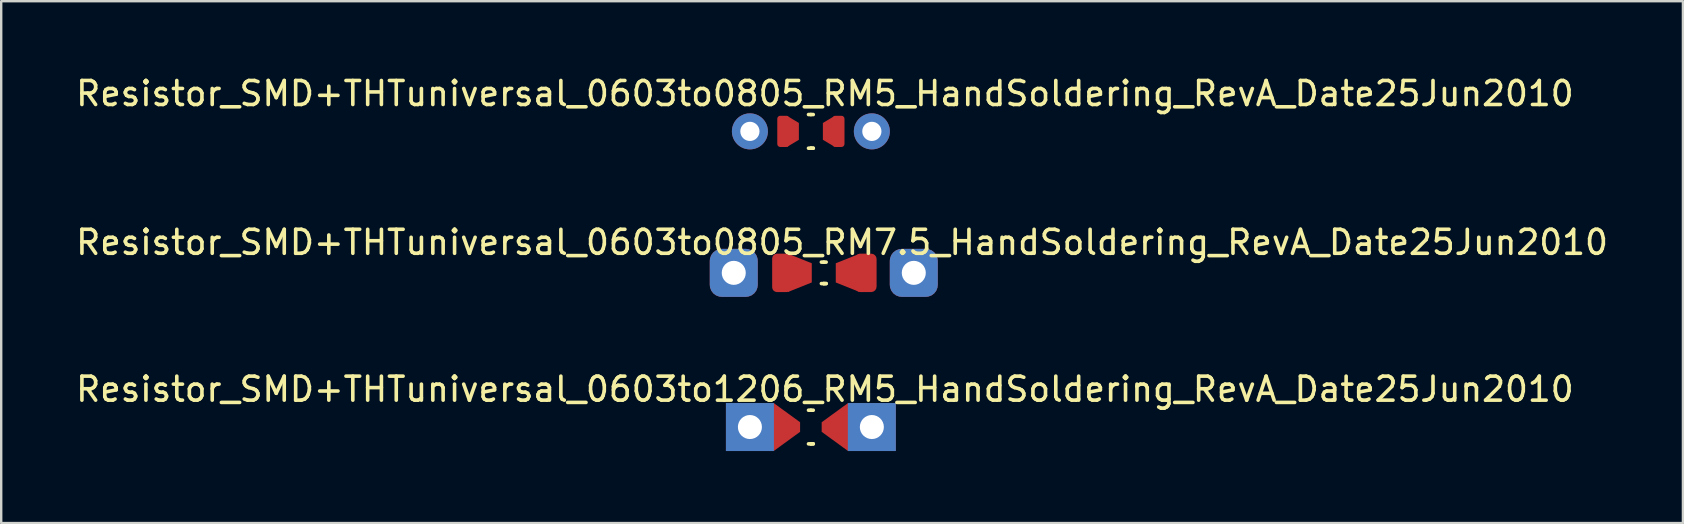
<source format=kicad_pcb>
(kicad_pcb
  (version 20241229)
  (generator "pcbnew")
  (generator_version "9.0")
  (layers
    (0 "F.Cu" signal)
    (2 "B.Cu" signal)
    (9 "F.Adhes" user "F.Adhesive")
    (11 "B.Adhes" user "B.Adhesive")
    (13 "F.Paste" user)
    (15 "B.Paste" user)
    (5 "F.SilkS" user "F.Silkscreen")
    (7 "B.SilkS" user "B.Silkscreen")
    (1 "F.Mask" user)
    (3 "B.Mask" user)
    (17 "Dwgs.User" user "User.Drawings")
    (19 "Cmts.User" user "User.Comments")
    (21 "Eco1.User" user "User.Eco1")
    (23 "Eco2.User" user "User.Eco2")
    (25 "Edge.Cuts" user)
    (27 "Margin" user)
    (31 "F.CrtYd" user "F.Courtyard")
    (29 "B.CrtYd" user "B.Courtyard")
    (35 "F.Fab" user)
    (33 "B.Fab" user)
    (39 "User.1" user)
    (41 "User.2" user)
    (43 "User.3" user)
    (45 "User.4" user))
  (footprint "Resistor_SMD+THTuniversal_0603to1206_RM5_HandSoldering_RevA_Date25Jun2010"
    (layer "F.Cu")
    (at 30.731 14.74)
    (property "Reference" "Resistor_SMD+THTuniversal_0603to1206_RM5_HandSoldering_RevA_Date25Jun2010" (at 0.584 -1.575 0) (layer "F.SilkS") (effects (font (size 1 1) (thickness 0.15))))
    (attr through_hole)
    (fp_line (start 0 -0.701) (end -0.099 -0.701) (stroke (width 0.15) (type solid)) (layer "F.SilkS"))
    (fp_line (start 0 -0.701) (end 0.099 -0.701) (stroke (width 0.15) (type solid)) (layer "F.SilkS"))
    (fp_line (start 0 0.701) (end -0.099 0.701) (stroke (width 0.15) (type solid)) (layer "F.SilkS"))
    (fp_line (start 0 0.701) (end 0.099 0.701) (stroke (width 0.15) (type solid)) (layer "F.SilkS"))
    (fp_line (start 0.099 0.701) (end 0 0.701) (stroke (width 0.15) (type solid)) (layer "F.SilkS"))
    (pad "1" thru_hole rect (at -2.54 0 180) (size 1.999 1.999) (drill 1.001) (layers "*.Cu" "*.Mask"))
    (pad "1" smd trapezoid (at -1 0) (size 1.1 1.2) (rect_delta 0.8 0) (layers "F.Cu" "F.Mask" "F.Paste"))
    (pad "2" smd trapezoid (at 1 0 180) (size 1.1 1.2) (rect_delta 0.8 0) (layers "F.Cu" "F.Mask" "F.Paste"))
    (pad "2" thru_hole rect (at 2.54 0 180) (size 1.999 1.999) (drill 1.001) (layers "*.Cu" "*.Mask")))
  (footprint "Resistor_SMD+THTuniversal_0603to0805_RM7.5_HandSoldering_RevA_Date25Jun2010"
    (layer "F.Cu")
    (at 31.268 8.317)
    (property "Reference" "Resistor_SMD+THTuniversal_0603to0805_RM7.5_HandSoldering_RevA_Date25Jun2010" (at 0.762 -1.27 0) (layer "F.SilkS") (effects (font (size 1 1) (thickness 0.15))))
    (attr through_hole)
    (fp_line (start 0 -0.447) (end -0.099 -0.447) (stroke (width 0.15) (type solid)) (layer "F.SilkS"))
    (fp_line (start 0 -0.447) (end 0.099 -0.447) (stroke (width 0.15) (type solid)) (layer "F.SilkS"))
    (fp_line (start 0 0.447) (end -0.099 0.447) (stroke (width 0.15) (type solid)) (layer "F.SilkS"))
    (fp_line (start 0 0.447) (end 0.099 0.447) (stroke (width 0.15) (type solid)) (layer "F.SilkS"))
    (fp_line (start 0.099 0.447) (end 0 0.447) (stroke (width 0.15) (type solid)) (layer "F.SilkS"))
    (pad "1" thru_hole roundrect (at -3.75 0 180) (size 1.999 1.999) (drill 1.001) (layers "*.Cu" "*.Mask") (roundrect_rratio 0.25))
    (pad "1" smd roundrect (at -1.75 0) (size 0.8 1.6) (layers "F.Cu" "F.Mask" "F.Paste") (roundrect_rratio 0.25))
    (pad "1" smd trapezoid (at -1 0) (size 1 1.2) (rect_delta 0.4 0) (layers "F.Cu" "F.Mask" "F.Paste"))
    (pad "2" smd trapezoid (at 1 0 180) (size 1 1.2) (rect_delta 0.4 0) (layers "F.Cu" "F.Mask" "F.Paste"))
    (pad "2" smd roundrect (at 1.75 0) (size 0.9 1.6) (layers "F.Cu" "F.Mask" "F.Paste") (roundrect_rratio 0.25))
    (pad "2" thru_hole roundrect (at 3.75 0 180) (size 1.999 1.999) (drill 1.001) (layers "*.Cu" "*.Mask") (roundrect_rratio 0.25)))
  (footprint "Resistor_SMD+THTuniversal_0603to0805_RM5_HandSoldering_RevA_Date25Jun2010"
    (layer "F.Cu")
    (at 30.731 2.423)
    (property "Reference" "Resistor_SMD+THTuniversal_0603to0805_RM5_HandSoldering_RevA_Date25Jun2010" (at 0.584 -1.575 0) (layer "F.SilkS") (effects (font (size 1 1) (thickness 0.15))))
    (attr through_hole)
    (fp_line (start 0 -0.701) (end -0.099 -0.701) (stroke (width 0.15) (type solid)) (layer "F.SilkS"))
    (fp_line (start 0 -0.701) (end 0.099 -0.701) (stroke (width 0.15) (type solid)) (layer "F.SilkS"))
    (fp_line (start 0 0.701) (end -0.099 0.701) (stroke (width 0.15) (type solid)) (layer "F.SilkS"))
    (fp_line (start 0 0.701) (end 0.099 0.701) (stroke (width 0.15) (type solid)) (layer "F.SilkS"))
    (fp_line (start 0.099 0.701) (end 0 0.701) (stroke (width 0.15) (type solid)) (layer "F.SilkS"))
    (pad "1" thru_hole circle (at -2.54 0 180) (size 1.5 1.5) (drill 0.8) (layers "*.Cu" "*.Mask"))
    (pad "1" smd roundrect (at -1.15 0) (size 0.5 1.3) (layers "F.Cu" "F.Mask" "F.Paste") (roundrect_rratio 0.25))
    (pad "1" smd trapezoid (at -0.75 0) (size 0.5 1) (rect_delta 0.3 0) (layers "F.Cu" "F.Mask" "F.Paste"))
    (pad "2" smd trapezoid (at 0.75 0 180) (size 0.5 1) (rect_delta 0.3 0) (layers "F.Cu" "F.Mask" "F.Paste"))
    (pad "2" smd roundrect (at 1.15 0) (size 0.5 1.3) (layers "F.Cu" "F.Mask" "F.Paste") (roundrect_rratio 0.25))
    (pad "2" thru_hole circle (at 2.54 0 180) (size 1.5 1.5) (drill 0.8) (layers "*.Cu" "*.Mask")))
  (gr_rect
    (start -3 -3)
    (end 67.06 18.74)
    (stroke (width 0.1) (type default))
    (fill no)
    (layer "Edge.Cuts")))
</source>
